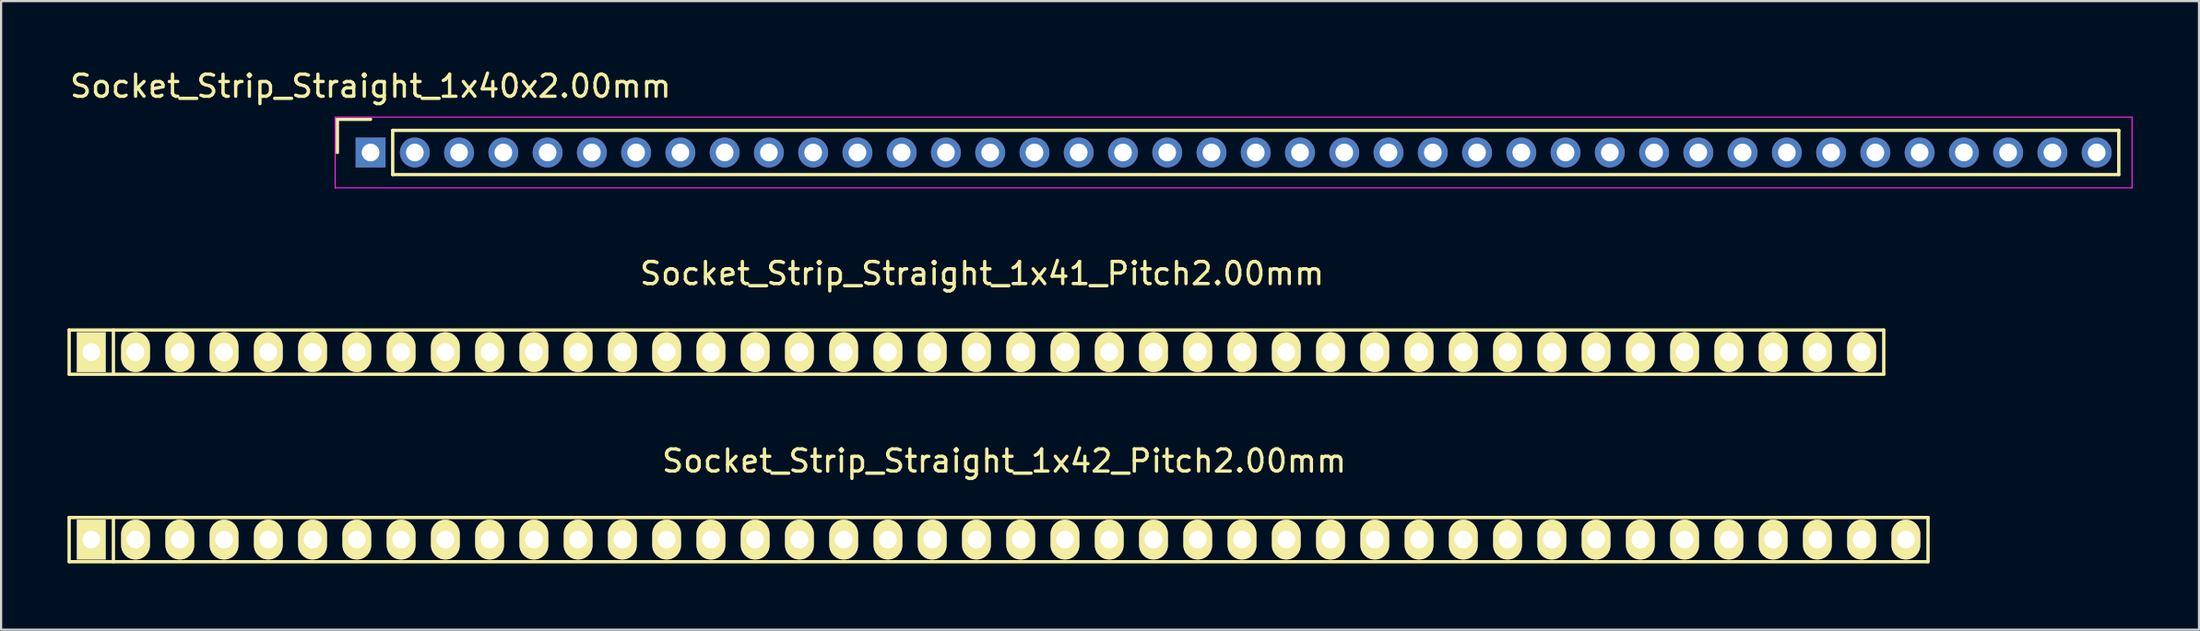
<source format=kicad_pcb>
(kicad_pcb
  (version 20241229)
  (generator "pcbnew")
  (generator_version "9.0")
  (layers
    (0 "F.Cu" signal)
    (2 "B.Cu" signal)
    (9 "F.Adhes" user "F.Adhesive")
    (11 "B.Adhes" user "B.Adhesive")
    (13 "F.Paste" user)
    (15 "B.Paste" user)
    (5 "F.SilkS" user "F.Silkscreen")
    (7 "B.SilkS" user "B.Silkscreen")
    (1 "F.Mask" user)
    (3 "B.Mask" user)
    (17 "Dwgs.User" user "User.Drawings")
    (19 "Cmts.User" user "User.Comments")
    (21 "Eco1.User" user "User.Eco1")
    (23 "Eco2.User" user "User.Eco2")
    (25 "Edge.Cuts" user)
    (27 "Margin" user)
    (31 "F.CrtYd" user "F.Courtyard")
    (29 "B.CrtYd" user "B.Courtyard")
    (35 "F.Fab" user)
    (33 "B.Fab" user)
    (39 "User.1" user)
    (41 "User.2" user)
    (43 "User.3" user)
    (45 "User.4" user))
  (footprint "Socket_Strip_Straight_1x40x2.00mm"
    (layer "F.Cu")
    (at 13.696 3.848)
    (property "Reference" "Socket_Strip_Straight_1x40x2.00mm" (at 0 -3 0) (layer "F.SilkS") (effects (font (size 1 1) (thickness 0.15))))
    (attr through_hole)
    (fp_line (start -1.5 -1.5) (end -1.5 0) (stroke (width 0.15) (type solid)) (layer "F.SilkS"))
    (fp_line (start 0 -1.5) (end -1.5 -1.5) (stroke (width 0.15) (type solid)) (layer "F.SilkS"))
    (fp_line (start 1 -1) (end 1 1) (stroke (width 0.15) (type solid)) (layer "F.SilkS"))
    (fp_line (start 1 1) (end 79 1) (stroke (width 0.15) (type solid)) (layer "F.SilkS"))
    (fp_line (start 79 -1) (end 1 -1) (stroke (width 0.15) (type solid)) (layer "F.SilkS"))
    (fp_line (start 79 1) (end 79 -1) (stroke (width 0.15) (type solid)) (layer "F.SilkS"))
    (fp_line (start -1.6 -1.6) (end -1.6 1.6) (stroke (width 0.05) (type solid)) (layer "F.CrtYd"))
    (fp_line (start -1.6 1.6) (end 79.6 1.6) (stroke (width 0.05) (type solid)) (layer "F.CrtYd"))
    (fp_line (start 79.6 -1.6) (end -1.6 -1.6) (stroke (width 0.05) (type solid)) (layer "F.CrtYd"))
    (fp_line (start 79.6 1.6) (end 79.6 -1.6) (stroke (width 0.05) (type solid)) (layer "F.CrtYd"))
    (pad "1" thru_hole rect (at 0 0) (size 1.35 1.35) (drill 0.8) (layers "*.Cu" "*.Mask"))
    (pad "2" thru_hole circle (at 2 0) (size 1.35 1.35) (drill 0.8) (layers "*.Cu" "*.Mask"))
    (pad "3" thru_hole circle (at 4 0) (size 1.35 1.35) (drill 0.8) (layers "*.Cu" "*.Mask"))
    (pad "4" thru_hole circle (at 6 0) (size 1.35 1.35) (drill 0.8) (layers "*.Cu" "*.Mask"))
    (pad "5" thru_hole circle (at 8 0) (size 1.35 1.35) (drill 0.8) (layers "*.Cu" "*.Mask"))
    (pad "6" thru_hole circle (at 10 0) (size 1.35 1.35) (drill 0.8) (layers "*.Cu" "*.Mask"))
    (pad "7" thru_hole circle (at 12 0) (size 1.35 1.35) (drill 0.8) (layers "*.Cu" "*.Mask"))
    (pad "8" thru_hole circle (at 14 0) (size 1.35 1.35) (drill 0.8) (layers "*.Cu" "*.Mask"))
    (pad "9" thru_hole circle (at 16 0) (size 1.35 1.35) (drill 0.8) (layers "*.Cu" "*.Mask"))
    (pad "10" thru_hole circle (at 18 0) (size 1.35 1.35) (drill 0.8) (layers "*.Cu" "*.Mask"))
    (pad "11" thru_hole circle (at 20 0) (size 1.35 1.35) (drill 0.8) (layers "*.Cu" "*.Mask"))
    (pad "12" thru_hole circle (at 22 0) (size 1.35 1.35) (drill 0.8) (layers "*.Cu" "*.Mask"))
    (pad "13" thru_hole circle (at 24 0) (size 1.35 1.35) (drill 0.8) (layers "*.Cu" "*.Mask"))
    (pad "14" thru_hole circle (at 26 0) (size 1.35 1.35) (drill 0.8) (layers "*.Cu" "*.Mask"))
    (pad "15" thru_hole circle (at 28 0) (size 1.35 1.35) (drill 0.8) (layers "*.Cu" "*.Mask"))
    (pad "16" thru_hole circle (at 30 0) (size 1.35 1.35) (drill 0.8) (layers "*.Cu" "*.Mask"))
    (pad "17" thru_hole circle (at 32 0) (size 1.35 1.35) (drill 0.8) (layers "*.Cu" "*.Mask"))
    (pad "18" thru_hole circle (at 34 0) (size 1.35 1.35) (drill 0.8) (layers "*.Cu" "*.Mask"))
    (pad "19" thru_hole circle (at 36 0) (size 1.35 1.35) (drill 0.8) (layers "*.Cu" "*.Mask"))
    (pad "20" thru_hole circle (at 38 0) (size 1.35 1.35) (drill 0.8) (layers "*.Cu" "*.Mask"))
    (pad "21" thru_hole circle (at 40 0) (size 1.35 1.35) (drill 0.8) (layers "*.Cu" "*.Mask"))
    (pad "22" thru_hole circle (at 42 0) (size 1.35 1.35) (drill 0.8) (layers "*.Cu" "*.Mask"))
    (pad "23" thru_hole circle (at 44 0) (size 1.35 1.35) (drill 0.8) (layers "*.Cu" "*.Mask"))
    (pad "24" thru_hole circle (at 46 0) (size 1.35 1.35) (drill 0.8) (layers "*.Cu" "*.Mask"))
    (pad "25" thru_hole circle (at 48 0) (size 1.35 1.35) (drill 0.8) (layers "*.Cu" "*.Mask"))
    (pad "26" thru_hole circle (at 50 0) (size 1.35 1.35) (drill 0.8) (layers "*.Cu" "*.Mask"))
    (pad "27" thru_hole circle (at 52 0) (size 1.35 1.35) (drill 0.8) (layers "*.Cu" "*.Mask"))
    (pad "28" thru_hole circle (at 54 0) (size 1.35 1.35) (drill 0.8) (layers "*.Cu" "*.Mask"))
    (pad "29" thru_hole circle (at 56 0) (size 1.35 1.35) (drill 0.8) (layers "*.Cu" "*.Mask"))
    (pad "30" thru_hole circle (at 58 0) (size 1.35 1.35) (drill 0.8) (layers "*.Cu" "*.Mask"))
    (pad "31" thru_hole circle (at 60 0) (size 1.35 1.35) (drill 0.8) (layers "*.Cu" "*.Mask"))
    (pad "32" thru_hole circle (at 62 0) (size 1.35 1.35) (drill 0.8) (layers "*.Cu" "*.Mask"))
    (pad "33" thru_hole circle (at 64 0) (size 1.35 1.35) (drill 0.8) (layers "*.Cu" "*.Mask"))
    (pad "34" thru_hole circle (at 66 0) (size 1.35 1.35) (drill 0.8) (layers "*.Cu" "*.Mask"))
    (pad "35" thru_hole circle (at 68 0) (size 1.35 1.35) (drill 0.8) (layers "*.Cu" "*.Mask"))
    (pad "36" thru_hole circle (at 70 0) (size 1.35 1.35) (drill 0.8) (layers "*.Cu" "*.Mask"))
    (pad "37" thru_hole circle (at 72 0) (size 1.35 1.35) (drill 0.8) (layers "*.Cu" "*.Mask"))
    (pad "38" thru_hole circle (at 74 0) (size 1.35 1.35) (drill 0.8) (layers "*.Cu" "*.Mask"))
    (pad "39" thru_hole circle (at 76 0) (size 1.35 1.35) (drill 0.8) (layers "*.Cu" "*.Mask"))
    (pad "40" thru_hole circle (at 78 0) (size 1.35 1.35) (drill 0.8) (layers "*.Cu" "*.Mask")))
  (footprint "Socket_Strip_Straight_1x42_Pitch2.00mm"
    (layer "F.Cu")
    (at 42.075 21.357)
    (property "Reference" "Socket_Strip_Straight_1x42_Pitch2.00mm" (at 0.254 -3.556 0) (layer "F.SilkS") (effects (font (size 1 1) (thickness 0.15))))
    (attr through_hole)
    (fp_line (start -42 -1) (end 42 -1) (stroke (width 0.15) (type solid)) (layer "F.SilkS"))
    (fp_line (start -42 1) (end -42 -1) (stroke (width 0.15) (type solid)) (layer "F.SilkS"))
    (fp_line (start -40 -1) (end -40 1) (stroke (width 0.15) (type solid)) (layer "F.SilkS"))
    (fp_line (start 42 -1) (end 42 1) (stroke (width 0.15) (type solid)) (layer "F.SilkS"))
    (fp_line (start 42 1) (end -42 1) (stroke (width 0.15) (type solid)) (layer "F.SilkS"))
    (pad "1" thru_hole rect (at -41 0) (size 1.3 1.8) (drill 0.8) (layers "*.Cu" "*.Mask" "F.SilkS"))
    (pad "2" thru_hole oval (at -39 0) (size 1.3 1.8) (drill 0.8) (layers "*.Cu" "*.Mask" "F.SilkS"))
    (pad "3" thru_hole oval (at -37 0) (size 1.3 1.8) (drill 0.8) (layers "*.Cu" "*.Mask" "F.SilkS"))
    (pad "4" thru_hole oval (at -35 0) (size 1.3 1.8) (drill 0.8) (layers "*.Cu" "*.Mask" "F.SilkS"))
    (pad "5" thru_hole oval (at -33 0) (size 1.3 1.8) (drill 0.8) (layers "*.Cu" "*.Mask" "F.SilkS"))
    (pad "6" thru_hole oval (at -31 0) (size 1.3 1.8) (drill 0.8) (layers "*.Cu" "*.Mask" "F.SilkS"))
    (pad "7" thru_hole oval (at -29 0) (size 1.3 1.8) (drill 0.8) (layers "*.Cu" "*.Mask" "F.SilkS"))
    (pad "8" thru_hole oval (at -27 0) (size 1.3 1.8) (drill 0.8) (layers "*.Cu" "*.Mask" "F.SilkS"))
    (pad "9" thru_hole oval (at -25 0) (size 1.3 1.8) (drill 0.8) (layers "*.Cu" "*.Mask" "F.SilkS"))
    (pad "10" thru_hole oval (at -23 0) (size 1.3 1.8) (drill 0.8) (layers "*.Cu" "*.Mask" "F.SilkS"))
    (pad "11" thru_hole oval (at -21 0) (size 1.3 1.8) (drill 0.8) (layers "*.Cu" "*.Mask" "F.SilkS"))
    (pad "12" thru_hole oval (at -19 0) (size 1.3 1.8) (drill 0.8) (layers "*.Cu" "*.Mask" "F.SilkS"))
    (pad "13" thru_hole oval (at -17 0) (size 1.3 1.8) (drill 0.8) (layers "*.Cu" "*.Mask" "F.SilkS"))
    (pad "14" thru_hole oval (at -15 0) (size 1.3 1.8) (drill 0.8) (layers "*.Cu" "*.Mask" "F.SilkS"))
    (pad "15" thru_hole oval (at -13 0) (size 1.3 1.8) (drill 0.8) (layers "*.Cu" "*.Mask" "F.SilkS"))
    (pad "16" thru_hole oval (at -11 0) (size 1.3 1.8) (drill 0.8) (layers "*.Cu" "*.Mask" "F.SilkS"))
    (pad "17" thru_hole oval (at -9 0) (size 1.3 1.8) (drill 0.8) (layers "*.Cu" "*.Mask" "F.SilkS"))
    (pad "18" thru_hole oval (at -7 0) (size 1.3 1.8) (drill 0.8) (layers "*.Cu" "*.Mask" "F.SilkS"))
    (pad "19" thru_hole oval (at -5 0) (size 1.3 1.8) (drill 0.8) (layers "*.Cu" "*.Mask" "F.SilkS"))
    (pad "20" thru_hole oval (at -3 0) (size 1.3 1.8) (drill 0.8) (layers "*.Cu" "*.Mask" "F.SilkS"))
    (pad "21" thru_hole oval (at -1 0) (size 1.3 1.8) (drill 0.8) (layers "*.Cu" "*.Mask" "F.SilkS"))
    (pad "22" thru_hole oval (at 1 0) (size 1.3 1.8) (drill 0.8) (layers "*.Cu" "*.Mask" "F.SilkS"))
    (pad "23" thru_hole oval (at 3 0) (size 1.3 1.8) (drill 0.8) (layers "*.Cu" "*.Mask" "F.SilkS"))
    (pad "24" thru_hole oval (at 5 0) (size 1.3 1.8) (drill 0.8) (layers "*.Cu" "*.Mask" "F.SilkS"))
    (pad "25" thru_hole oval (at 7 0) (size 1.3 1.8) (drill 0.8) (layers "*.Cu" "*.Mask" "F.SilkS"))
    (pad "26" thru_hole oval (at 9 0) (size 1.3 1.8) (drill 0.8) (layers "*.Cu" "*.Mask" "F.SilkS"))
    (pad "27" thru_hole oval (at 11 0) (size 1.3 1.8) (drill 0.8) (layers "*.Cu" "*.Mask" "F.SilkS"))
    (pad "28" thru_hole oval (at 13 0) (size 1.3 1.8) (drill 0.8) (layers "*.Cu" "*.Mask" "F.SilkS"))
    (pad "29" thru_hole oval (at 15 0) (size 1.3 1.8) (drill 0.8) (layers "*.Cu" "*.Mask" "F.SilkS"))
    (pad "30" thru_hole oval (at 17 0) (size 1.3 1.8) (drill 0.8) (layers "*.Cu" "*.Mask" "F.SilkS"))
    (pad "31" thru_hole oval (at 19 0) (size 1.3 1.8) (drill 0.8) (layers "*.Cu" "*.Mask" "F.SilkS"))
    (pad "32" thru_hole oval (at 21 0) (size 1.3 1.8) (drill 0.8) (layers "*.Cu" "*.Mask" "F.SilkS"))
    (pad "33" thru_hole oval (at 23 0) (size 1.3 1.8) (drill 0.8) (layers "*.Cu" "*.Mask" "F.SilkS"))
    (pad "34" thru_hole oval (at 25 0) (size 1.3 1.8) (drill 0.8) (layers "*.Cu" "*.Mask" "F.SilkS"))
    (pad "35" thru_hole oval (at 27 0) (size 1.3 1.8) (drill 0.8) (layers "*.Cu" "*.Mask" "F.SilkS"))
    (pad "36" thru_hole oval (at 29 0) (size 1.3 1.8) (drill 0.8) (layers "*.Cu" "*.Mask" "F.SilkS"))
    (pad "37" thru_hole oval (at 31 0) (size 1.3 1.8) (drill 0.8) (layers "*.Cu" "*.Mask" "F.SilkS"))
    (pad "38" thru_hole oval (at 33 0) (size 1.3 1.8) (drill 0.8) (layers "*.Cu" "*.Mask" "F.SilkS"))
    (pad "39" thru_hole oval (at 35 0) (size 1.3 1.8) (drill 0.8) (layers "*.Cu" "*.Mask" "F.SilkS"))
    (pad "40" thru_hole oval (at 37 0) (size 1.3 1.8) (drill 0.8) (layers "*.Cu" "*.Mask" "F.SilkS"))
    (pad "41" thru_hole oval (at 39 0) (size 1.3 1.8) (drill 0.8) (layers "*.Cu" "*.Mask" "F.SilkS"))
    (pad "42" thru_hole oval (at 41 0) (size 1.3 1.8) (drill 0.8) (layers "*.Cu" "*.Mask" "F.SilkS")))
  (footprint "Socket_Strip_Straight_1x41_Pitch2.00mm"
    (layer "F.Cu")
    (at 41.075 12.877)
    (property "Reference" "Socket_Strip_Straight_1x41_Pitch2.00mm" (at 0.254 -3.556 0) (layer "F.SilkS") (effects (font (size 1 1) (thickness 0.15))))
    (attr through_hole)
    (fp_line (start -41 -1) (end 41 -1) (stroke (width 0.15) (type solid)) (layer "F.SilkS"))
    (fp_line (start -41 1) (end -41 -1) (stroke (width 0.15) (type solid)) (layer "F.SilkS"))
    (fp_line (start -39 -1) (end -39 1) (stroke (width 0.15) (type solid)) (layer "F.SilkS"))
    (fp_line (start 41 -1) (end 41 1) (stroke (width 0.15) (type solid)) (layer "F.SilkS"))
    (fp_line (start 41 1) (end -41 1) (stroke (width 0.15) (type solid)) (layer "F.SilkS"))
    (pad "1" thru_hole rect (at -40 0) (size 1.3 1.8) (drill 0.8) (layers "*.Cu" "*.Mask" "F.SilkS"))
    (pad "2" thru_hole oval (at -38 0) (size 1.3 1.8) (drill 0.8) (layers "*.Cu" "*.Mask" "F.SilkS"))
    (pad "3" thru_hole oval (at -36 0) (size 1.3 1.8) (drill 0.8) (layers "*.Cu" "*.Mask" "F.SilkS"))
    (pad "4" thru_hole oval (at -34 0) (size 1.3 1.8) (drill 0.8) (layers "*.Cu" "*.Mask" "F.SilkS"))
    (pad "5" thru_hole oval (at -32 0) (size 1.3 1.8) (drill 0.8) (layers "*.Cu" "*.Mask" "F.SilkS"))
    (pad "6" thru_hole oval (at -30 0) (size 1.3 1.8) (drill 0.8) (layers "*.Cu" "*.Mask" "F.SilkS"))
    (pad "7" thru_hole oval (at -28 0) (size 1.3 1.8) (drill 0.8) (layers "*.Cu" "*.Mask" "F.SilkS"))
    (pad "8" thru_hole oval (at -26 0) (size 1.3 1.8) (drill 0.8) (layers "*.Cu" "*.Mask" "F.SilkS"))
    (pad "9" thru_hole oval (at -24 0) (size 1.3 1.8) (drill 0.8) (layers "*.Cu" "*.Mask" "F.SilkS"))
    (pad "10" thru_hole oval (at -22 0) (size 1.3 1.8) (drill 0.8) (layers "*.Cu" "*.Mask" "F.SilkS"))
    (pad "11" thru_hole oval (at -20 0) (size 1.3 1.8) (drill 0.8) (layers "*.Cu" "*.Mask" "F.SilkS"))
    (pad "12" thru_hole oval (at -18 0) (size 1.3 1.8) (drill 0.8) (layers "*.Cu" "*.Mask" "F.SilkS"))
    (pad "13" thru_hole oval (at -16 0) (size 1.3 1.8) (drill 0.8) (layers "*.Cu" "*.Mask" "F.SilkS"))
    (pad "14" thru_hole oval (at -14 0) (size 1.3 1.8) (drill 0.8) (layers "*.Cu" "*.Mask" "F.SilkS"))
    (pad "15" thru_hole oval (at -12 0) (size 1.3 1.8) (drill 0.8) (layers "*.Cu" "*.Mask" "F.SilkS"))
    (pad "16" thru_hole oval (at -10 0) (size 1.3 1.8) (drill 0.8) (layers "*.Cu" "*.Mask" "F.SilkS"))
    (pad "17" thru_hole oval (at -8 0) (size 1.3 1.8) (drill 0.8) (layers "*.Cu" "*.Mask" "F.SilkS"))
    (pad "18" thru_hole oval (at -6 0) (size 1.3 1.8) (drill 0.8) (layers "*.Cu" "*.Mask" "F.SilkS"))
    (pad "19" thru_hole oval (at -4 0) (size 1.3 1.8) (drill 0.8) (layers "*.Cu" "*.Mask" "F.SilkS"))
    (pad "20" thru_hole oval (at -2 0) (size 1.3 1.8) (drill 0.8) (layers "*.Cu" "*.Mask" "F.SilkS"))
    (pad "21" thru_hole oval (at 0 0) (size 1.3 1.8) (drill 0.8) (layers "*.Cu" "*.Mask" "F.SilkS"))
    (pad "22" thru_hole oval (at 2 0) (size 1.3 1.8) (drill 0.8) (layers "*.Cu" "*.Mask" "F.SilkS"))
    (pad "23" thru_hole oval (at 4 0) (size 1.3 1.8) (drill 0.8) (layers "*.Cu" "*.Mask" "F.SilkS"))
    (pad "24" thru_hole oval (at 6 0) (size 1.3 1.8) (drill 0.8) (layers "*.Cu" "*.Mask" "F.SilkS"))
    (pad "25" thru_hole oval (at 8 0) (size 1.3 1.8) (drill 0.8) (layers "*.Cu" "*.Mask" "F.SilkS"))
    (pad "26" thru_hole oval (at 10 0) (size 1.3 1.8) (drill 0.8) (layers "*.Cu" "*.Mask" "F.SilkS"))
    (pad "27" thru_hole oval (at 12 0) (size 1.3 1.8) (drill 0.8) (layers "*.Cu" "*.Mask" "F.SilkS"))
    (pad "28" thru_hole oval (at 14 0) (size 1.3 1.8) (drill 0.8) (layers "*.Cu" "*.Mask" "F.SilkS"))
    (pad "29" thru_hole oval (at 16 0) (size 1.3 1.8) (drill 0.8) (layers "*.Cu" "*.Mask" "F.SilkS"))
    (pad "30" thru_hole oval (at 18 0) (size 1.3 1.8) (drill 0.8) (layers "*.Cu" "*.Mask" "F.SilkS"))
    (pad "31" thru_hole oval (at 20 0) (size 1.3 1.8) (drill 0.8) (layers "*.Cu" "*.Mask" "F.SilkS"))
    (pad "32" thru_hole oval (at 22 0) (size 1.3 1.8) (drill 0.8) (layers "*.Cu" "*.Mask" "F.SilkS"))
    (pad "33" thru_hole oval (at 24 0) (size 1.3 1.8) (drill 0.8) (layers "*.Cu" "*.Mask" "F.SilkS"))
    (pad "34" thru_hole oval (at 26 0) (size 1.3 1.8) (drill 0.8) (layers "*.Cu" "*.Mask" "F.SilkS"))
    (pad "35" thru_hole oval (at 28 0) (size 1.3 1.8) (drill 0.8) (layers "*.Cu" "*.Mask" "F.SilkS"))
    (pad "36" thru_hole oval (at 30 0) (size 1.3 1.8) (drill 0.8) (layers "*.Cu" "*.Mask" "F.SilkS"))
    (pad "37" thru_hole oval (at 32 0) (size 1.3 1.8) (drill 0.8) (layers "*.Cu" "*.Mask" "F.SilkS"))
    (pad "38" thru_hole oval (at 34 0) (size 1.3 1.8) (drill 0.8) (layers "*.Cu" "*.Mask" "F.SilkS"))
    (pad "39" thru_hole oval (at 36 0) (size 1.3 1.8) (drill 0.8) (layers "*.Cu" "*.Mask" "F.SilkS"))
    (pad "40" thru_hole oval (at 38 0) (size 1.3 1.8) (drill 0.8) (layers "*.Cu" "*.Mask" "F.SilkS"))
    (pad "41" thru_hole oval (at 40 0) (size 1.3 1.8) (drill 0.8) (layers "*.Cu" "*.Mask" "F.SilkS")))
  (gr_rect
    (start -3 -3)
    (end 96.321 25.432)
    (stroke (width 0.1) (type default))
    (fill no)
    (layer "Edge.Cuts")))
</source>
